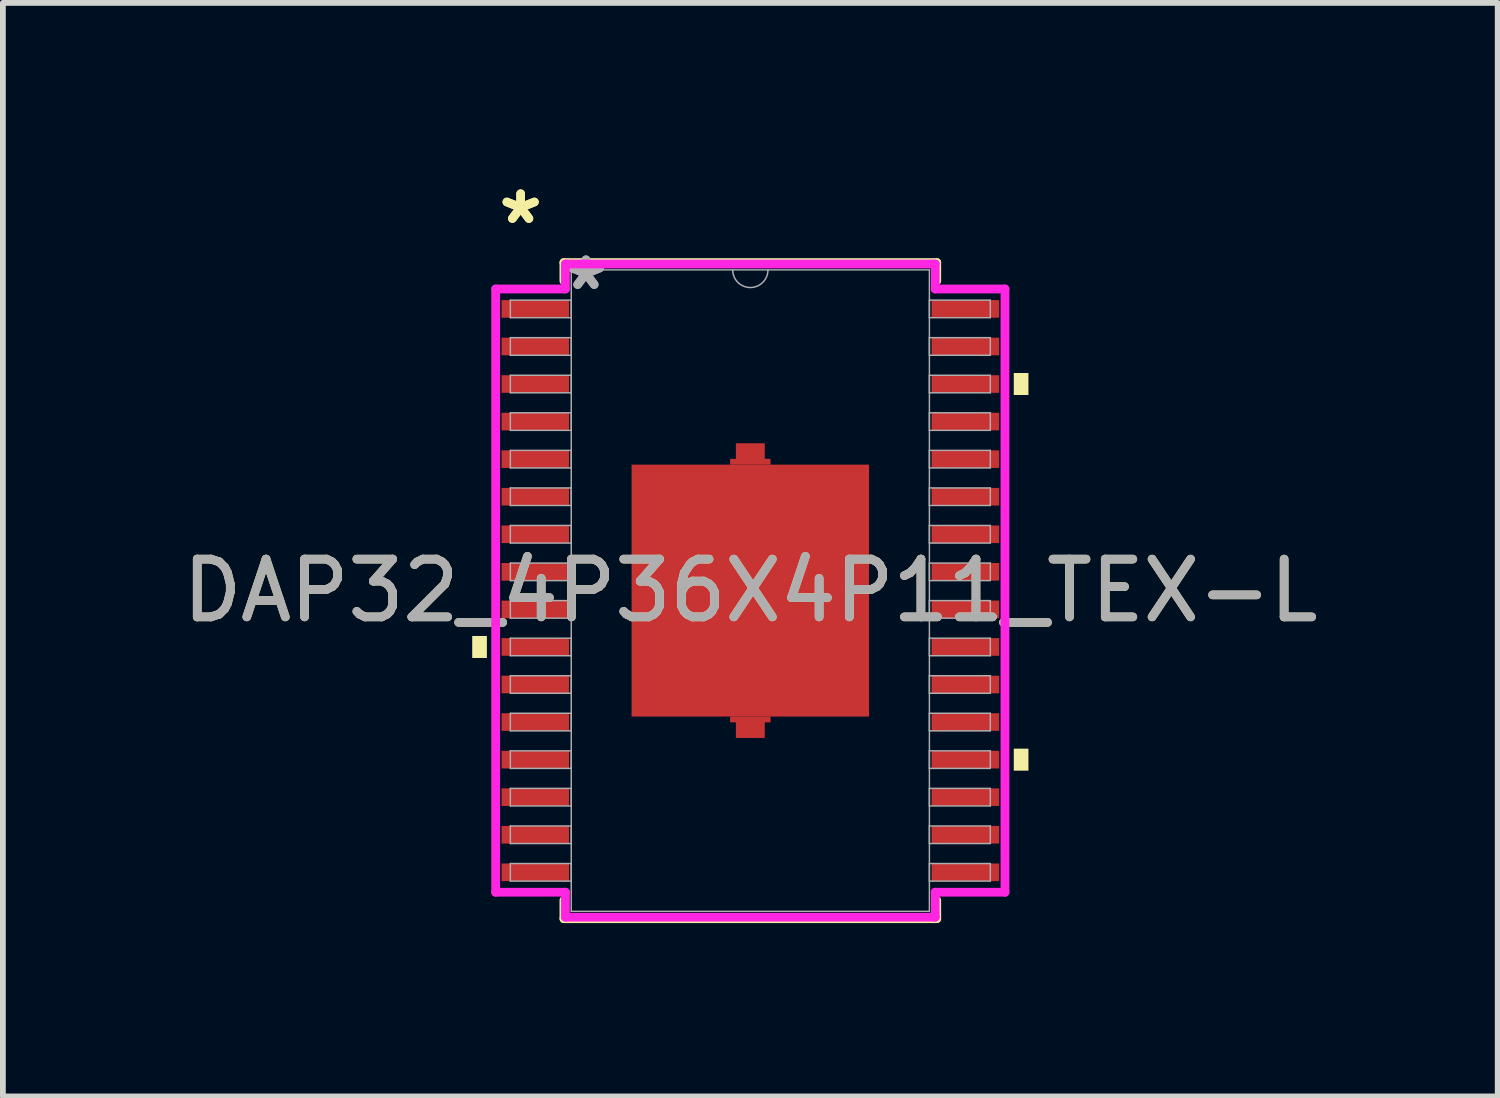
<source format=kicad_pcb>
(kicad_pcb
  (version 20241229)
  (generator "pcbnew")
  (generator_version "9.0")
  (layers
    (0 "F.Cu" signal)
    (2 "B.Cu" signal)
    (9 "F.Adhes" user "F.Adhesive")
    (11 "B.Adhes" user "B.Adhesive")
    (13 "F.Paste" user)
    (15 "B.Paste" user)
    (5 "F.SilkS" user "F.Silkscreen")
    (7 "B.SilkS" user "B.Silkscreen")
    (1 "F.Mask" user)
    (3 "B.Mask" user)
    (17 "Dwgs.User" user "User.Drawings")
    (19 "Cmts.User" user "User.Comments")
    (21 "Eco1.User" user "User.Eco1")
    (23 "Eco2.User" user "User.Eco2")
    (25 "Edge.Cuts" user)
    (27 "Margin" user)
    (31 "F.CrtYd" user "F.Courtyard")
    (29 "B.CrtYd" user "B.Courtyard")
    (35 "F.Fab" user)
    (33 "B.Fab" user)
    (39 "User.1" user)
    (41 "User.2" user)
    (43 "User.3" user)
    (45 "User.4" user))
  (footprint "DAP32_4P36X4P11_TEX-L"
    (layer "F.Cu")
    (at 9.935 7.171)
    (property "Reference" "DAP32_4P36X4P11_TEX-L" (at 0 0 0) (unlocked yes) (layer "F.SilkS") (effects (font (size 1 1) (thickness 0.15))))
    (attr smd)
    (fp_poly (pts (xy -0.35 -2.18) (xy -0.35 -2.28) (xy -0.25 -2.28) (xy -0.25 -2.55) (xy 0.25 -2.55) (xy 0.25 -2.28) (xy 0.35 -2.28) (xy 0.35 -2.18)) (stroke (width 0) (type solid)) (fill yes) (layer "F.Cu"))
    (fp_poly (pts (xy -0.35 2.18) (xy -0.35 2.28) (xy -0.25 2.28) (xy -0.25 2.55) (xy 0.25 2.55) (xy 0.25 2.28) (xy 0.35 2.28) (xy 0.35 2.18)) (stroke (width 0) (type solid)) (fill yes) (layer "F.Cu"))
    (fp_poly (pts (xy -0.35 -2.18) (xy -0.35 -2.28) (xy -0.25 -2.28) (xy -0.25 -2.55) (xy 0.25 -2.55) (xy 0.25 -2.28) (xy 0.35 -2.28) (xy 0.35 -2.18)) (stroke (width 0) (type solid)) (fill yes) (layer "F.Mask"))
    (fp_poly (pts (xy -0.35 2.18) (xy -0.35 2.28) (xy -0.25 2.28) (xy -0.25 2.55) (xy 0.25 2.55) (xy 0.25 2.28) (xy 0.35 2.28) (xy 0.35 2.18)) (stroke (width 0) (type solid)) (fill yes) (layer "F.Mask"))
    (fp_line (start -3.226 -5.677) (end -3.226 -5.36) (stroke (width 0.152) (type solid)) (layer "F.SilkS"))
    (fp_line (start -3.226 5.36) (end -3.226 5.677) (stroke (width 0.152) (type solid)) (layer "F.SilkS"))
    (fp_line (start -3.226 5.677) (end 3.226 5.677) (stroke (width 0.152) (type solid)) (layer "F.SilkS"))
    (fp_line (start 3.226 -5.677) (end -3.226 -5.677) (stroke (width 0.152) (type solid)) (layer "F.SilkS"))
    (fp_line (start 3.226 -5.36) (end 3.226 -5.677) (stroke (width 0.152) (type solid)) (layer "F.SilkS"))
    (fp_line (start 3.226 5.677) (end 3.226 5.36) (stroke (width 0.152) (type solid)) (layer "F.SilkS"))
    (fp_poly (pts (xy -4.813 0.785) (xy -4.813 1.166) (xy -4.559 1.166) (xy -4.559 0.785)) (stroke (width 0) (type solid)) (fill yes) (layer "F.SilkS"))
    (fp_poly (pts (xy 4.813 -3.766) (xy 4.813 -3.385) (xy 4.559 -3.385) (xy 4.559 -3.766)) (stroke (width 0) (type solid)) (fill yes) (layer "F.SilkS"))
    (fp_poly (pts (xy 4.813 2.735) (xy 4.813 3.116) (xy 4.559 3.116) (xy 4.559 2.735)) (stroke (width 0) (type solid)) (fill yes) (layer "F.SilkS"))
    (fp_poly (pts (xy -1.955 -2.08) (xy -1.955 -0.827) (xy -0.785 -0.827) (xy -0.785 -2.08)) (stroke (width 0) (type solid)) (fill yes) (layer "F.Paste"))
    (fp_poly (pts (xy -1.955 -0.627) (xy -1.955 0.627) (xy -0.785 0.627) (xy -0.785 -0.627)) (stroke (width 0) (type solid)) (fill yes) (layer "F.Paste"))
    (fp_poly (pts (xy -1.955 0.827) (xy -1.955 2.08) (xy -0.785 2.08) (xy -0.785 0.827)) (stroke (width 0) (type solid)) (fill yes) (layer "F.Paste"))
    (fp_poly (pts (xy -0.585 -2.08) (xy -0.585 -0.827) (xy 0.585 -0.827) (xy 0.585 -2.08)) (stroke (width 0) (type solid)) (fill yes) (layer "F.Paste"))
    (fp_poly (pts (xy -0.585 -0.627) (xy -0.585 0.627) (xy 0.585 0.627) (xy 0.585 -0.627)) (stroke (width 0) (type solid)) (fill yes) (layer "F.Paste"))
    (fp_poly (pts (xy -0.585 0.827) (xy -0.585 2.08) (xy 0.585 2.08) (xy 0.585 0.827)) (stroke (width 0) (type solid)) (fill yes) (layer "F.Paste"))
    (fp_poly (pts (xy 0.785 -2.08) (xy 0.785 -0.827) (xy 1.955 -0.827) (xy 1.955 -2.08)) (stroke (width 0) (type solid)) (fill yes) (layer "F.Paste"))
    (fp_poly (pts (xy 0.785 -0.627) (xy 0.785 0.627) (xy 1.955 0.627) (xy 1.955 -0.627)) (stroke (width 0) (type solid)) (fill yes) (layer "F.Paste"))
    (fp_poly (pts (xy 0.785 0.827) (xy 0.785 2.08) (xy 1.955 2.08) (xy 1.955 0.827)) (stroke (width 0) (type solid)) (fill yes) (layer "F.Paste"))
    (fp_line (start -4.407 -5.22) (end -3.2 -5.22) (stroke (width 0.152) (type solid)) (layer "F.CrtYd"))
    (fp_line (start -4.407 5.22) (end -4.407 -5.22) (stroke (width 0.152) (type solid)) (layer "F.CrtYd"))
    (fp_line (start -4.407 5.22) (end -3.2 5.22) (stroke (width 0.152) (type solid)) (layer "F.CrtYd"))
    (fp_line (start -3.2 -5.652) (end 3.2 -5.652) (stroke (width 0.152) (type solid)) (layer "F.CrtYd"))
    (fp_line (start -3.2 -5.22) (end -3.2 -5.652) (stroke (width 0.152) (type solid)) (layer "F.CrtYd"))
    (fp_line (start -3.2 5.652) (end -3.2 5.22) (stroke (width 0.152) (type solid)) (layer "F.CrtYd"))
    (fp_line (start 3.2 -5.652) (end 3.2 -5.22) (stroke (width 0.152) (type solid)) (layer "F.CrtYd"))
    (fp_line (start 3.2 5.22) (end 3.2 5.652) (stroke (width 0.152) (type solid)) (layer "F.CrtYd"))
    (fp_line (start 3.2 5.652) (end -3.2 5.652) (stroke (width 0.152) (type solid)) (layer "F.CrtYd"))
    (fp_line (start 4.407 -5.22) (end 3.2 -5.22) (stroke (width 0.152) (type solid)) (layer "F.CrtYd"))
    (fp_line (start 4.407 -5.22) (end 4.407 5.22) (stroke (width 0.152) (type solid)) (layer "F.CrtYd"))
    (fp_line (start 4.407 5.22) (end 3.2 5.22) (stroke (width 0.152) (type solid)) (layer "F.CrtYd"))
    (fp_line (start -4.153 -5.027) (end -4.153 -4.723) (stroke (width 0.025) (type solid)) (layer "F.Fab"))
    (fp_line (start -4.153 -4.723) (end -3.099 -4.723) (stroke (width 0.025) (type solid)) (layer "F.Fab"))
    (fp_line (start -4.153 -4.377) (end -4.153 -4.073) (stroke (width 0.025) (type solid)) (layer "F.Fab"))
    (fp_line (start -4.153 -4.073) (end -3.099 -4.073) (stroke (width 0.025) (type solid)) (layer "F.Fab"))
    (fp_line (start -4.153 -3.727) (end -4.153 -3.423) (stroke (width 0.025) (type solid)) (layer "F.Fab"))
    (fp_line (start -4.153 -3.423) (end -3.099 -3.423) (stroke (width 0.025) (type solid)) (layer "F.Fab"))
    (fp_line (start -4.153 -3.077) (end -4.153 -2.773) (stroke (width 0.025) (type solid)) (layer "F.Fab"))
    (fp_line (start -4.153 -2.773) (end -3.099 -2.773) (stroke (width 0.025) (type solid)) (layer "F.Fab"))
    (fp_line (start -4.153 -2.427) (end -4.153 -2.123) (stroke (width 0.025) (type solid)) (layer "F.Fab"))
    (fp_line (start -4.153 -2.123) (end -3.099 -2.123) (stroke (width 0.025) (type solid)) (layer "F.Fab"))
    (fp_line (start -4.153 -1.777) (end -4.153 -1.473) (stroke (width 0.025) (type solid)) (layer "F.Fab"))
    (fp_line (start -4.153 -1.473) (end -3.099 -1.473) (stroke (width 0.025) (type solid)) (layer "F.Fab"))
    (fp_line (start -4.153 -1.127) (end -4.153 -0.823) (stroke (width 0.025) (type solid)) (layer "F.Fab"))
    (fp_line (start -4.153 -0.823) (end -3.099 -0.823) (stroke (width 0.025) (type solid)) (layer "F.Fab"))
    (fp_line (start -4.153 -0.477) (end -4.153 -0.173) (stroke (width 0.025) (type solid)) (layer "F.Fab"))
    (fp_line (start -4.153 -0.173) (end -3.099 -0.173) (stroke (width 0.025) (type solid)) (layer "F.Fab"))
    (fp_line (start -4.153 0.173) (end -4.153 0.477) (stroke (width 0.025) (type solid)) (layer "F.Fab"))
    (fp_line (start -4.153 0.477) (end -3.099 0.477) (stroke (width 0.025) (type solid)) (layer "F.Fab"))
    (fp_line (start -4.153 0.823) (end -4.153 1.127) (stroke (width 0.025) (type solid)) (layer "F.Fab"))
    (fp_line (start -4.153 1.127) (end -3.099 1.127) (stroke (width 0.025) (type solid)) (layer "F.Fab"))
    (fp_line (start -4.153 1.473) (end -4.153 1.777) (stroke (width 0.025) (type solid)) (layer "F.Fab"))
    (fp_line (start -4.153 1.777) (end -3.099 1.777) (stroke (width 0.025) (type solid)) (layer "F.Fab"))
    (fp_line (start -4.153 2.123) (end -4.153 2.427) (stroke (width 0.025) (type solid)) (layer "F.Fab"))
    (fp_line (start -4.153 2.427) (end -3.099 2.427) (stroke (width 0.025) (type solid)) (layer "F.Fab"))
    (fp_line (start -4.153 2.773) (end -4.153 3.077) (stroke (width 0.025) (type solid)) (layer "F.Fab"))
    (fp_line (start -4.153 3.077) (end -3.099 3.077) (stroke (width 0.025) (type solid)) (layer "F.Fab"))
    (fp_line (start -4.153 3.423) (end -4.153 3.727) (stroke (width 0.025) (type solid)) (layer "F.Fab"))
    (fp_line (start -4.153 3.727) (end -3.099 3.727) (stroke (width 0.025) (type solid)) (layer "F.Fab"))
    (fp_line (start -4.153 4.073) (end -4.153 4.377) (stroke (width 0.025) (type solid)) (layer "F.Fab"))
    (fp_line (start -4.153 4.377) (end -3.099 4.377) (stroke (width 0.025) (type solid)) (layer "F.Fab"))
    (fp_line (start -4.153 4.723) (end -4.153 5.027) (stroke (width 0.025) (type solid)) (layer "F.Fab"))
    (fp_line (start -4.153 5.027) (end -3.099 5.027) (stroke (width 0.025) (type solid)) (layer "F.Fab"))
    (fp_line (start -3.099 -5.55) (end -3.099 5.55) (stroke (width 0.025) (type solid)) (layer "F.Fab"))
    (fp_line (start -3.099 -5.027) (end -4.153 -5.027) (stroke (width 0.025) (type solid)) (layer "F.Fab"))
    (fp_line (start -3.099 -4.723) (end -3.099 -5.027) (stroke (width 0.025) (type solid)) (layer "F.Fab"))
    (fp_line (start -3.099 -4.377) (end -4.153 -4.377) (stroke (width 0.025) (type solid)) (layer "F.Fab"))
    (fp_line (start -3.099 -4.073) (end -3.099 -4.377) (stroke (width 0.025) (type solid)) (layer "F.Fab"))
    (fp_line (start -3.099 -3.727) (end -4.153 -3.727) (stroke (width 0.025) (type solid)) (layer "F.Fab"))
    (fp_line (start -3.099 -3.423) (end -3.099 -3.727) (stroke (width 0.025) (type solid)) (layer "F.Fab"))
    (fp_line (start -3.099 -3.077) (end -4.153 -3.077) (stroke (width 0.025) (type solid)) (layer "F.Fab"))
    (fp_line (start -3.099 -2.773) (end -3.099 -3.077) (stroke (width 0.025) (type solid)) (layer "F.Fab"))
    (fp_line (start -3.099 -2.427) (end -4.153 -2.427) (stroke (width 0.025) (type solid)) (layer "F.Fab"))
    (fp_line (start -3.099 -2.123) (end -3.099 -2.427) (stroke (width 0.025) (type solid)) (layer "F.Fab"))
    (fp_line (start -3.099 -1.777) (end -4.153 -1.777) (stroke (width 0.025) (type solid)) (layer "F.Fab"))
    (fp_line (start -3.099 -1.473) (end -3.099 -1.777) (stroke (width 0.025) (type solid)) (layer "F.Fab"))
    (fp_line (start -3.099 -1.127) (end -4.153 -1.127) (stroke (width 0.025) (type solid)) (layer "F.Fab"))
    (fp_line (start -3.099 -0.823) (end -3.099 -1.127) (stroke (width 0.025) (type solid)) (layer "F.Fab"))
    (fp_line (start -3.099 -0.477) (end -4.153 -0.477) (stroke (width 0.025) (type solid)) (layer "F.Fab"))
    (fp_line (start -3.099 -0.173) (end -3.099 -0.477) (stroke (width 0.025) (type solid)) (layer "F.Fab"))
    (fp_line (start -3.099 0.173) (end -4.153 0.173) (stroke (width 0.025) (type solid)) (layer "F.Fab"))
    (fp_line (start -3.099 0.477) (end -3.099 0.173) (stroke (width 0.025) (type solid)) (layer "F.Fab"))
    (fp_line (start -3.099 0.823) (end -4.153 0.823) (stroke (width 0.025) (type solid)) (layer "F.Fab"))
    (fp_line (start -3.099 1.127) (end -3.099 0.823) (stroke (width 0.025) (type solid)) (layer "F.Fab"))
    (fp_line (start -3.099 1.473) (end -4.153 1.473) (stroke (width 0.025) (type solid)) (layer "F.Fab"))
    (fp_line (start -3.099 1.777) (end -3.099 1.473) (stroke (width 0.025) (type solid)) (layer "F.Fab"))
    (fp_line (start -3.099 2.123) (end -4.153 2.123) (stroke (width 0.025) (type solid)) (layer "F.Fab"))
    (fp_line (start -3.099 2.427) (end -3.099 2.123) (stroke (width 0.025) (type solid)) (layer "F.Fab"))
    (fp_line (start -3.099 2.773) (end -4.153 2.773) (stroke (width 0.025) (type solid)) (layer "F.Fab"))
    (fp_line (start -3.099 3.077) (end -3.099 2.773) (stroke (width 0.025) (type solid)) (layer "F.Fab"))
    (fp_line (start -3.099 3.423) (end -4.153 3.423) (stroke (width 0.025) (type solid)) (layer "F.Fab"))
    (fp_line (start -3.099 3.727) (end -3.099 3.423) (stroke (width 0.025) (type solid)) (layer "F.Fab"))
    (fp_line (start -3.099 4.073) (end -4.153 4.073) (stroke (width 0.025) (type solid)) (layer "F.Fab"))
    (fp_line (start -3.099 4.377) (end -3.099 4.073) (stroke (width 0.025) (type solid)) (layer "F.Fab"))
    (fp_line (start -3.099 4.723) (end -4.153 4.723) (stroke (width 0.025) (type solid)) (layer "F.Fab"))
    (fp_line (start -3.099 5.027) (end -3.099 4.723) (stroke (width 0.025) (type solid)) (layer "F.Fab"))
    (fp_line (start -3.099 5.55) (end 3.099 5.55) (stroke (width 0.025) (type solid)) (layer "F.Fab"))
    (fp_line (start 3.099 -5.55) (end -3.099 -5.55) (stroke (width 0.025) (type solid)) (layer "F.Fab"))
    (fp_line (start 3.099 -5.027) (end 3.099 -4.723) (stroke (width 0.025) (type solid)) (layer "F.Fab"))
    (fp_line (start 3.099 -4.723) (end 4.153 -4.723) (stroke (width 0.025) (type solid)) (layer "F.Fab"))
    (fp_line (start 3.099 -4.377) (end 3.099 -4.073) (stroke (width 0.025) (type solid)) (layer "F.Fab"))
    (fp_line (start 3.099 -4.073) (end 4.153 -4.073) (stroke (width 0.025) (type solid)) (layer "F.Fab"))
    (fp_line (start 3.099 -3.727) (end 3.099 -3.423) (stroke (width 0.025) (type solid)) (layer "F.Fab"))
    (fp_line (start 3.099 -3.423) (end 4.153 -3.423) (stroke (width 0.025) (type solid)) (layer "F.Fab"))
    (fp_line (start 3.099 -3.077) (end 3.099 -2.773) (stroke (width 0.025) (type solid)) (layer "F.Fab"))
    (fp_line (start 3.099 -2.773) (end 4.153 -2.773) (stroke (width 0.025) (type solid)) (layer "F.Fab"))
    (fp_line (start 3.099 -2.427) (end 3.099 -2.123) (stroke (width 0.025) (type solid)) (layer "F.Fab"))
    (fp_line (start 3.099 -2.123) (end 4.153 -2.123) (stroke (width 0.025) (type solid)) (layer "F.Fab"))
    (fp_line (start 3.099 -1.777) (end 3.099 -1.473) (stroke (width 0.025) (type solid)) (layer "F.Fab"))
    (fp_line (start 3.099 -1.473) (end 4.153 -1.473) (stroke (width 0.025) (type solid)) (layer "F.Fab"))
    (fp_line (start 3.099 -1.127) (end 3.099 -0.823) (stroke (width 0.025) (type solid)) (layer "F.Fab"))
    (fp_line (start 3.099 -0.823) (end 4.153 -0.823) (stroke (width 0.025) (type solid)) (layer "F.Fab"))
    (fp_line (start 3.099 -0.477) (end 3.099 -0.173) (stroke (width 0.025) (type solid)) (layer "F.Fab"))
    (fp_line (start 3.099 -0.173) (end 4.153 -0.173) (stroke (width 0.025) (type solid)) (layer "F.Fab"))
    (fp_line (start 3.099 0.173) (end 3.099 0.477) (stroke (width 0.025) (type solid)) (layer "F.Fab"))
    (fp_line (start 3.099 0.477) (end 4.153 0.477) (stroke (width 0.025) (type solid)) (layer "F.Fab"))
    (fp_line (start 3.099 0.823) (end 3.099 1.127) (stroke (width 0.025) (type solid)) (layer "F.Fab"))
    (fp_line (start 3.099 1.127) (end 4.153 1.127) (stroke (width 0.025) (type solid)) (layer "F.Fab"))
    (fp_line (start 3.099 1.473) (end 3.099 1.777) (stroke (width 0.025) (type solid)) (layer "F.Fab"))
    (fp_line (start 3.099 1.777) (end 4.153 1.777) (stroke (width 0.025) (type solid)) (layer "F.Fab"))
    (fp_line (start 3.099 2.123) (end 3.099 2.427) (stroke (width 0.025) (type solid)) (layer "F.Fab"))
    (fp_line (start 3.099 2.427) (end 4.153 2.427) (stroke (width 0.025) (type solid)) (layer "F.Fab"))
    (fp_line (start 3.099 2.773) (end 3.099 3.077) (stroke (width 0.025) (type solid)) (layer "F.Fab"))
    (fp_line (start 3.099 3.077) (end 4.153 3.077) (stroke (width 0.025) (type solid)) (layer "F.Fab"))
    (fp_line (start 3.099 3.423) (end 3.099 3.727) (stroke (width 0.025) (type solid)) (layer "F.Fab"))
    (fp_line (start 3.099 3.727) (end 4.153 3.727) (stroke (width 0.025) (type solid)) (layer "F.Fab"))
    (fp_line (start 3.099 4.073) (end 3.099 4.377) (stroke (width 0.025) (type solid)) (layer "F.Fab"))
    (fp_line (start 3.099 4.377) (end 4.153 4.377) (stroke (width 0.025) (type solid)) (layer "F.Fab"))
    (fp_line (start 3.099 4.723) (end 3.099 5.027) (stroke (width 0.025) (type solid)) (layer "F.Fab"))
    (fp_line (start 3.099 5.027) (end 4.153 5.027) (stroke (width 0.025) (type solid)) (layer "F.Fab"))
    (fp_line (start 3.099 5.55) (end 3.099 -5.55) (stroke (width 0.025) (type solid)) (layer "F.Fab"))
    (fp_line (start 4.153 -5.027) (end 3.099 -5.027) (stroke (width 0.025) (type solid)) (layer "F.Fab"))
    (fp_line (start 4.153 -4.723) (end 4.153 -5.027) (stroke (width 0.025) (type solid)) (layer "F.Fab"))
    (fp_line (start 4.153 -4.377) (end 3.099 -4.377) (stroke (width 0.025) (type solid)) (layer "F.Fab"))
    (fp_line (start 4.153 -4.073) (end 4.153 -4.377) (stroke (width 0.025) (type solid)) (layer "F.Fab"))
    (fp_line (start 4.153 -3.727) (end 3.099 -3.727) (stroke (width 0.025) (type solid)) (layer "F.Fab"))
    (fp_line (start 4.153 -3.423) (end 4.153 -3.727) (stroke (width 0.025) (type solid)) (layer "F.Fab"))
    (fp_line (start 4.153 -3.077) (end 3.099 -3.077) (stroke (width 0.025) (type solid)) (layer "F.Fab"))
    (fp_line (start 4.153 -2.773) (end 4.153 -3.077) (stroke (width 0.025) (type solid)) (layer "F.Fab"))
    (fp_line (start 4.153 -2.427) (end 3.099 -2.427) (stroke (width 0.025) (type solid)) (layer "F.Fab"))
    (fp_line (start 4.153 -2.123) (end 4.153 -2.427) (stroke (width 0.025) (type solid)) (layer "F.Fab"))
    (fp_line (start 4.153 -1.777) (end 3.099 -1.777) (stroke (width 0.025) (type solid)) (layer "F.Fab"))
    (fp_line (start 4.153 -1.473) (end 4.153 -1.777) (stroke (width 0.025) (type solid)) (layer "F.Fab"))
    (fp_line (start 4.153 -1.127) (end 3.099 -1.127) (stroke (width 0.025) (type solid)) (layer "F.Fab"))
    (fp_line (start 4.153 -0.823) (end 4.153 -1.127) (stroke (width 0.025) (type solid)) (layer "F.Fab"))
    (fp_line (start 4.153 -0.477) (end 3.099 -0.477) (stroke (width 0.025) (type solid)) (layer "F.Fab"))
    (fp_line (start 4.153 -0.173) (end 4.153 -0.477) (stroke (width 0.025) (type solid)) (layer "F.Fab"))
    (fp_line (start 4.153 0.173) (end 3.099 0.173) (stroke (width 0.025) (type solid)) (layer "F.Fab"))
    (fp_line (start 4.153 0.477) (end 4.153 0.173) (stroke (width 0.025) (type solid)) (layer "F.Fab"))
    (fp_line (start 4.153 0.823) (end 3.099 0.823) (stroke (width 0.025) (type solid)) (layer "F.Fab"))
    (fp_line (start 4.153 1.127) (end 4.153 0.823) (stroke (width 0.025) (type solid)) (layer "F.Fab"))
    (fp_line (start 4.153 1.473) (end 3.099 1.473) (stroke (width 0.025) (type solid)) (layer "F.Fab"))
    (fp_line (start 4.153 1.777) (end 4.153 1.473) (stroke (width 0.025) (type solid)) (layer "F.Fab"))
    (fp_line (start 4.153 2.123) (end 3.099 2.123) (stroke (width 0.025) (type solid)) (layer "F.Fab"))
    (fp_line (start 4.153 2.427) (end 4.153 2.123) (stroke (width 0.025) (type solid)) (layer "F.Fab"))
    (fp_line (start 4.153 2.773) (end 3.099 2.773) (stroke (width 0.025) (type solid)) (layer "F.Fab"))
    (fp_line (start 4.153 3.077) (end 4.153 2.773) (stroke (width 0.025) (type solid)) (layer "F.Fab"))
    (fp_line (start 4.153 3.423) (end 3.099 3.423) (stroke (width 0.025) (type solid)) (layer "F.Fab"))
    (fp_line (start 4.153 3.727) (end 4.153 3.423) (stroke (width 0.025) (type solid)) (layer "F.Fab"))
    (fp_line (start 4.153 4.073) (end 3.099 4.073) (stroke (width 0.025) (type solid)) (layer "F.Fab"))
    (fp_line (start 4.153 4.377) (end 4.153 4.073) (stroke (width 0.025) (type solid)) (layer "F.Fab"))
    (fp_line (start 4.153 4.723) (end 3.099 4.723) (stroke (width 0.025) (type solid)) (layer "F.Fab"))
    (fp_line (start 4.153 5.027) (end 4.153 4.723) (stroke (width 0.025) (type solid)) (layer "F.Fab"))
    (fp_arc (start 0.3048 -5.5499) (mid 0 -5.2451) (end -0.3048 -5.5499) (stroke (width 0.0254) (type solid)) (layer "F.Fab"))
    (fp_text user "*" (at -3.975 -6.323 0) (layer "F.SilkS") (effects (font (size 1 1) (thickness 0.15))))
    (fp_text user "*" (at -3.975 -6.323 0) (unlocked yes) (layer "F.SilkS") (effects (font (size 1 1) (thickness 0.15))))
    (fp_text user "*" (at -2.845 -5.18 0) (layer "F.Fab") (effects (font (size 1 1) (thickness 0.15))))
    (fp_text user "*" (at -2.845 -5.18 0) (unlocked yes) (layer "F.Fab") (effects (font (size 1 1) (thickness 0.15))))
    (fp_text user "${REFERENCE}" (at 0 0 0) (unlocked yes) (layer "F.Fab") (effects (font (size 1 1) (thickness 0.15))))
    (pad "1" smd rect (at -3.721 -4.875) (size 1.168 0.305) (layers "F.Cu" "F.Mask" "F.Paste"))
    (pad "2" smd rect (at -3.721 -4.225) (size 1.168 0.305) (layers "F.Cu" "F.Mask" "F.Paste"))
    (pad "3" smd rect (at -3.721 -3.575) (size 1.168 0.305) (layers "F.Cu" "F.Mask" "F.Paste"))
    (pad "4" smd rect (at -3.721 -2.925) (size 1.168 0.305) (layers "F.Cu" "F.Mask" "F.Paste"))
    (pad "5" smd rect (at -3.721 -2.275) (size 1.168 0.305) (layers "F.Cu" "F.Mask" "F.Paste"))
    (pad "6" smd rect (at -3.721 -1.625) (size 1.168 0.305) (layers "F.Cu" "F.Mask" "F.Paste"))
    (pad "7" smd rect (at -3.721 -0.975) (size 1.168 0.305) (layers "F.Cu" "F.Mask" "F.Paste"))
    (pad "8" smd rect (at -3.721 -0.325) (size 1.168 0.305) (layers "F.Cu" "F.Mask" "F.Paste"))
    (pad "9" smd rect (at -3.721 0.325) (size 1.168 0.305) (layers "F.Cu" "F.Mask" "F.Paste"))
    (pad "10" smd rect (at -3.721 0.975) (size 1.168 0.305) (layers "F.Cu" "F.Mask" "F.Paste"))
    (pad "11" smd rect (at -3.721 1.625) (size 1.168 0.305) (layers "F.Cu" "F.Mask" "F.Paste"))
    (pad "12" smd rect (at -3.721 2.275) (size 1.168 0.305) (layers "F.Cu" "F.Mask" "F.Paste"))
    (pad "13" smd rect (at -3.721 2.925) (size 1.168 0.305) (layers "F.Cu" "F.Mask" "F.Paste"))
    (pad "14" smd rect (at -3.721 3.575) (size 1.168 0.305) (layers "F.Cu" "F.Mask" "F.Paste"))
    (pad "15" smd rect (at -3.721 4.225) (size 1.168 0.305) (layers "F.Cu" "F.Mask" "F.Paste"))
    (pad "16" smd rect (at -3.721 4.875) (size 1.168 0.305) (layers "F.Cu" "F.Mask" "F.Paste"))
    (pad "17" smd rect (at 3.721 4.875) (size 1.168 0.305) (layers "F.Cu" "F.Mask" "F.Paste"))
    (pad "18" smd rect (at 3.721 4.225) (size 1.168 0.305) (layers "F.Cu" "F.Mask" "F.Paste"))
    (pad "19" smd rect (at 3.721 3.575) (size 1.168 0.305) (layers "F.Cu" "F.Mask" "F.Paste"))
    (pad "20" smd rect (at 3.721 2.925) (size 1.168 0.305) (layers "F.Cu" "F.Mask" "F.Paste"))
    (pad "21" smd rect (at 3.721 2.275) (size 1.168 0.305) (layers "F.Cu" "F.Mask" "F.Paste"))
    (pad "22" smd rect (at 3.721 1.625) (size 1.168 0.305) (layers "F.Cu" "F.Mask" "F.Paste"))
    (pad "23" smd rect (at 3.721 0.975) (size 1.168 0.305) (layers "F.Cu" "F.Mask" "F.Paste"))
    (pad "24" smd rect (at 3.721 0.325) (size 1.168 0.305) (layers "F.Cu" "F.Mask" "F.Paste"))
    (pad "25" smd rect (at 3.721 -0.325) (size 1.168 0.305) (layers "F.Cu" "F.Mask" "F.Paste"))
    (pad "26" smd rect (at 3.721 -0.975) (size 1.168 0.305) (layers "F.Cu" "F.Mask" "F.Paste"))
    (pad "27" smd rect (at 3.721 -1.625) (size 1.168 0.305) (layers "F.Cu" "F.Mask" "F.Paste"))
    (pad "28" smd rect (at 3.721 -2.275) (size 1.168 0.305) (layers "F.Cu" "F.Mask" "F.Paste"))
    (pad "29" smd rect (at 3.721 -2.925) (size 1.168 0.305) (layers "F.Cu" "F.Mask" "F.Paste"))
    (pad "30" smd rect (at 3.721 -3.575) (size 1.168 0.305) (layers "F.Cu" "F.Mask" "F.Paste"))
    (pad "31" smd rect (at 3.721 -4.225) (size 1.168 0.305) (layers "F.Cu" "F.Mask" "F.Paste"))
    (pad "32" smd rect (at 3.721 -4.875) (size 1.168 0.305) (layers "F.Cu" "F.Mask" "F.Paste"))
    (pad "33" smd rect (at 0 0) (size 4.11 4.36) (layers "F.Cu" "F.Mask" "F.Paste")))
  (gr_rect
    (start -3 -3)
    (end 22.869 15.924)
    (stroke (width 0.1) (type default))
    (fill no)
    (layer "Edge.Cuts")))
</source>
